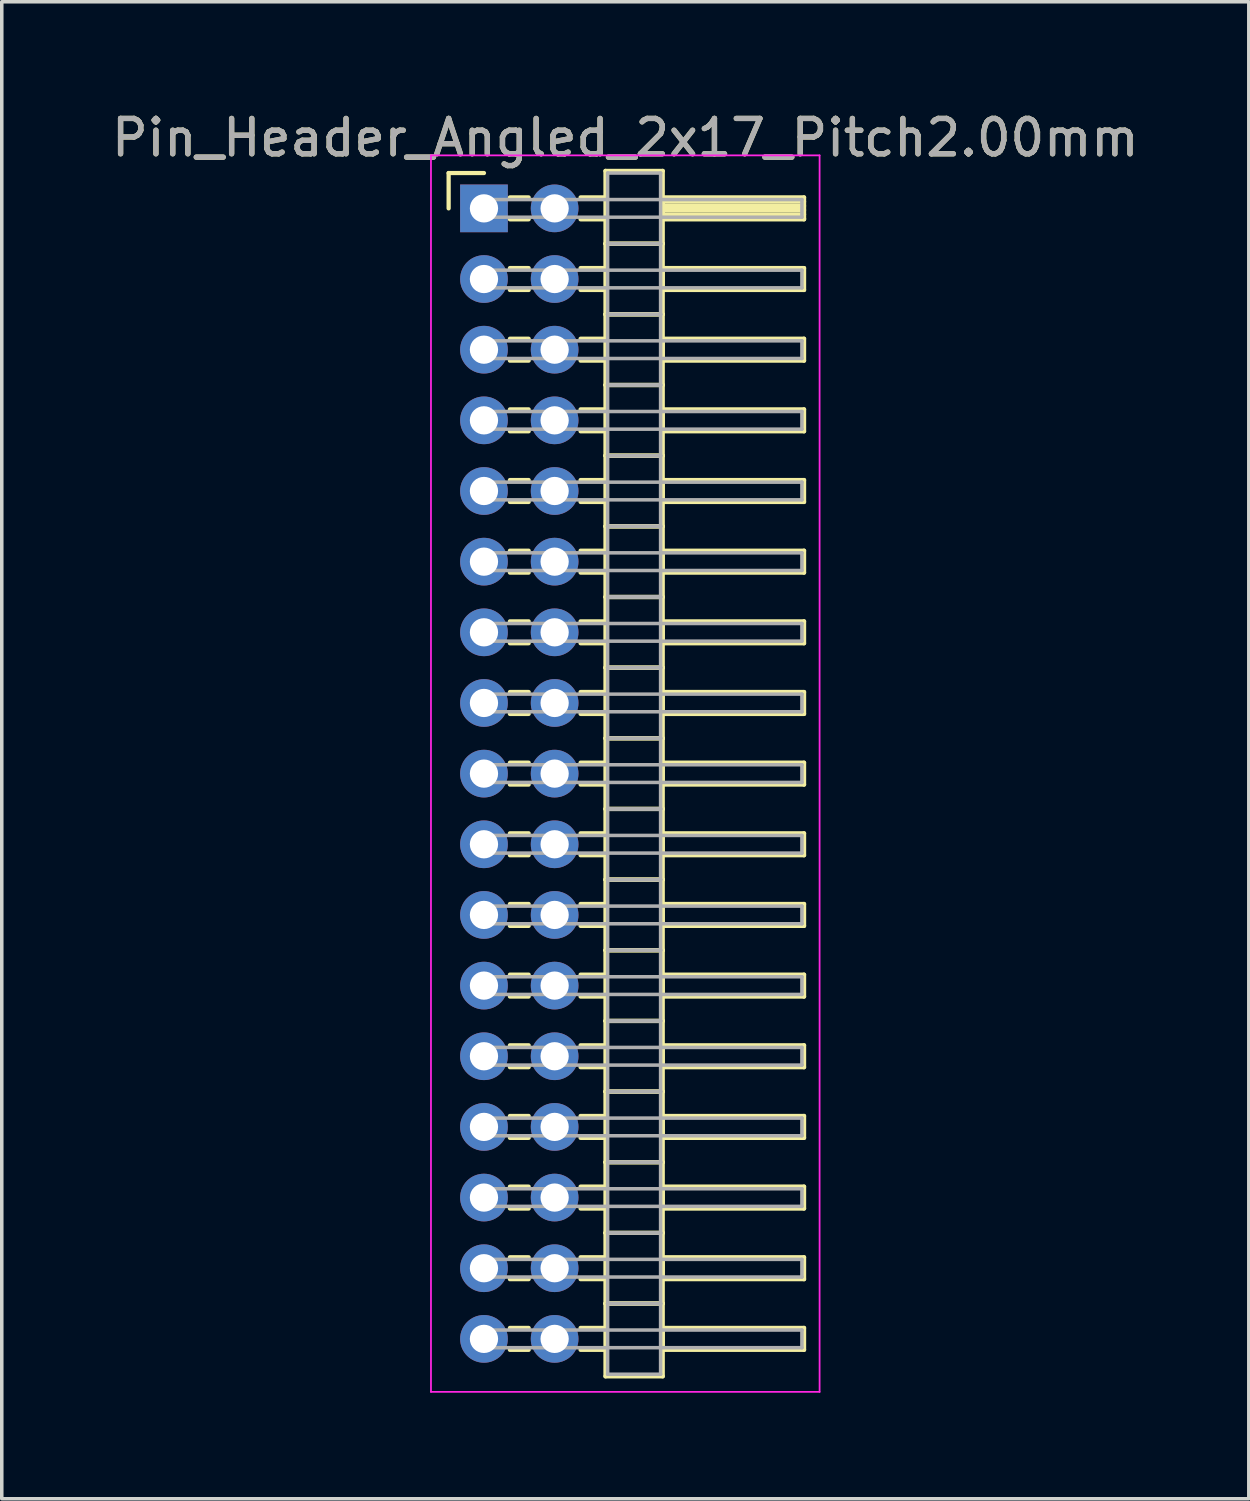
<source format=kicad_pcb>
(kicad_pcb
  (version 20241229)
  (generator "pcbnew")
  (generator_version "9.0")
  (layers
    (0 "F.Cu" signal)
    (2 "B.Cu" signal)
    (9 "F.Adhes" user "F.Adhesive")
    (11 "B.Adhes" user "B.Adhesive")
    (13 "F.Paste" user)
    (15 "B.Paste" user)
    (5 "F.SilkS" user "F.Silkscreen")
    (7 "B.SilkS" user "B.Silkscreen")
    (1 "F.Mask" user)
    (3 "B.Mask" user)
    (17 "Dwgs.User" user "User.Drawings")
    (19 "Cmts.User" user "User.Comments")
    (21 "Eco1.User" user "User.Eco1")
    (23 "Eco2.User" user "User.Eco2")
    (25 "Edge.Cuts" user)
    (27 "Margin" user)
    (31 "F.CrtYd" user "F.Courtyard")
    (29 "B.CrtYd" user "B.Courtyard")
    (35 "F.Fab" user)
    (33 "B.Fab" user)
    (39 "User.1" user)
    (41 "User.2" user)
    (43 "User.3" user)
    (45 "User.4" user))
  (footprint "Pin_Header_Angled_2x17_Pitch2.00mm"
    (layer "F.Cu")
    (at 10.649 2.848)
    (property "Reference" "Pin_Header_Angled_2x17_Pitch2.00mm" (at 4 -2 0) (layer "F.SilkS") (effects (font (size 1 1) (thickness 0.15))))
    (attr through_hole)
    (fp_line (start -1 -1) (end 0 -1) (stroke (width 0.12) (type solid)) (layer "F.SilkS"))
    (fp_line (start -1 0) (end -1 -1) (stroke (width 0.12) (type solid)) (layer "F.SilkS"))
    (fp_line (start 0.735 -0.31) (end 1.265 -0.31) (stroke (width 0.12) (type solid)) (layer "F.SilkS"))
    (fp_line (start 0.735 0.31) (end 1.265 0.31) (stroke (width 0.12) (type solid)) (layer "F.SilkS"))
    (fp_line (start 0.735 1.69) (end 1.265 1.69) (stroke (width 0.12) (type solid)) (layer "F.SilkS"))
    (fp_line (start 0.735 2.31) (end 1.265 2.31) (stroke (width 0.12) (type solid)) (layer "F.SilkS"))
    (fp_line (start 0.735 3.69) (end 1.265 3.69) (stroke (width 0.12) (type solid)) (layer "F.SilkS"))
    (fp_line (start 0.735 4.31) (end 1.265 4.31) (stroke (width 0.12) (type solid)) (layer "F.SilkS"))
    (fp_line (start 0.735 5.69) (end 1.265 5.69) (stroke (width 0.12) (type solid)) (layer "F.SilkS"))
    (fp_line (start 0.735 6.31) (end 1.265 6.31) (stroke (width 0.12) (type solid)) (layer "F.SilkS"))
    (fp_line (start 0.735 7.69) (end 1.265 7.69) (stroke (width 0.12) (type solid)) (layer "F.SilkS"))
    (fp_line (start 0.735 8.31) (end 1.265 8.31) (stroke (width 0.12) (type solid)) (layer "F.SilkS"))
    (fp_line (start 0.735 9.69) (end 1.265 9.69) (stroke (width 0.12) (type solid)) (layer "F.SilkS"))
    (fp_line (start 0.735 10.31) (end 1.265 10.31) (stroke (width 0.12) (type solid)) (layer "F.SilkS"))
    (fp_line (start 0.735 11.69) (end 1.265 11.69) (stroke (width 0.12) (type solid)) (layer "F.SilkS"))
    (fp_line (start 0.735 12.31) (end 1.265 12.31) (stroke (width 0.12) (type solid)) (layer "F.SilkS"))
    (fp_line (start 0.735 13.69) (end 1.265 13.69) (stroke (width 0.12) (type solid)) (layer "F.SilkS"))
    (fp_line (start 0.735 14.31) (end 1.265 14.31) (stroke (width 0.12) (type solid)) (layer "F.SilkS"))
    (fp_line (start 0.735 15.69) (end 1.265 15.69) (stroke (width 0.12) (type solid)) (layer "F.SilkS"))
    (fp_line (start 0.735 16.31) (end 1.265 16.31) (stroke (width 0.12) (type solid)) (layer "F.SilkS"))
    (fp_line (start 0.735 17.69) (end 1.265 17.69) (stroke (width 0.12) (type solid)) (layer "F.SilkS"))
    (fp_line (start 0.735 18.31) (end 1.265 18.31) (stroke (width 0.12) (type solid)) (layer "F.SilkS"))
    (fp_line (start 0.735 19.69) (end 1.265 19.69) (stroke (width 0.12) (type solid)) (layer "F.SilkS"))
    (fp_line (start 0.735 20.31) (end 1.265 20.31) (stroke (width 0.12) (type solid)) (layer "F.SilkS"))
    (fp_line (start 0.735 21.69) (end 1.265 21.69) (stroke (width 0.12) (type solid)) (layer "F.SilkS"))
    (fp_line (start 0.735 22.31) (end 1.265 22.31) (stroke (width 0.12) (type solid)) (layer "F.SilkS"))
    (fp_line (start 0.735 23.69) (end 1.265 23.69) (stroke (width 0.12) (type solid)) (layer "F.SilkS"))
    (fp_line (start 0.735 24.31) (end 1.265 24.31) (stroke (width 0.12) (type solid)) (layer "F.SilkS"))
    (fp_line (start 0.735 25.69) (end 1.265 25.69) (stroke (width 0.12) (type solid)) (layer "F.SilkS"))
    (fp_line (start 0.735 26.31) (end 1.265 26.31) (stroke (width 0.12) (type solid)) (layer "F.SilkS"))
    (fp_line (start 0.735 27.69) (end 1.265 27.69) (stroke (width 0.12) (type solid)) (layer "F.SilkS"))
    (fp_line (start 0.735 28.31) (end 1.265 28.31) (stroke (width 0.12) (type solid)) (layer "F.SilkS"))
    (fp_line (start 0.735 29.69) (end 1.265 29.69) (stroke (width 0.12) (type solid)) (layer "F.SilkS"))
    (fp_line (start 0.735 30.31) (end 1.265 30.31) (stroke (width 0.12) (type solid)) (layer "F.SilkS"))
    (fp_line (start 0.735 31.69) (end 1.265 31.69) (stroke (width 0.12) (type solid)) (layer "F.SilkS"))
    (fp_line (start 0.735 32.31) (end 1.265 32.31) (stroke (width 0.12) (type solid)) (layer "F.SilkS"))
    (fp_line (start 2.735 -0.31) (end 3.44 -0.31) (stroke (width 0.12) (type solid)) (layer "F.SilkS"))
    (fp_line (start 2.735 0.31) (end 3.44 0.31) (stroke (width 0.12) (type solid)) (layer "F.SilkS"))
    (fp_line (start 2.735 1.69) (end 3.44 1.69) (stroke (width 0.12) (type solid)) (layer "F.SilkS"))
    (fp_line (start 2.735 2.31) (end 3.44 2.31) (stroke (width 0.12) (type solid)) (layer "F.SilkS"))
    (fp_line (start 2.735 3.69) (end 3.44 3.69) (stroke (width 0.12) (type solid)) (layer "F.SilkS"))
    (fp_line (start 2.735 4.31) (end 3.44 4.31) (stroke (width 0.12) (type solid)) (layer "F.SilkS"))
    (fp_line (start 2.735 5.69) (end 3.44 5.69) (stroke (width 0.12) (type solid)) (layer "F.SilkS"))
    (fp_line (start 2.735 6.31) (end 3.44 6.31) (stroke (width 0.12) (type solid)) (layer "F.SilkS"))
    (fp_line (start 2.735 7.69) (end 3.44 7.69) (stroke (width 0.12) (type solid)) (layer "F.SilkS"))
    (fp_line (start 2.735 8.31) (end 3.44 8.31) (stroke (width 0.12) (type solid)) (layer "F.SilkS"))
    (fp_line (start 2.735 9.69) (end 3.44 9.69) (stroke (width 0.12) (type solid)) (layer "F.SilkS"))
    (fp_line (start 2.735 10.31) (end 3.44 10.31) (stroke (width 0.12) (type solid)) (layer "F.SilkS"))
    (fp_line (start 2.735 11.69) (end 3.44 11.69) (stroke (width 0.12) (type solid)) (layer "F.SilkS"))
    (fp_line (start 2.735 12.31) (end 3.44 12.31) (stroke (width 0.12) (type solid)) (layer "F.SilkS"))
    (fp_line (start 2.735 13.69) (end 3.44 13.69) (stroke (width 0.12) (type solid)) (layer "F.SilkS"))
    (fp_line (start 2.735 14.31) (end 3.44 14.31) (stroke (width 0.12) (type solid)) (layer "F.SilkS"))
    (fp_line (start 2.735 15.69) (end 3.44 15.69) (stroke (width 0.12) (type solid)) (layer "F.SilkS"))
    (fp_line (start 2.735 16.31) (end 3.44 16.31) (stroke (width 0.12) (type solid)) (layer "F.SilkS"))
    (fp_line (start 2.735 17.69) (end 3.44 17.69) (stroke (width 0.12) (type solid)) (layer "F.SilkS"))
    (fp_line (start 2.735 18.31) (end 3.44 18.31) (stroke (width 0.12) (type solid)) (layer "F.SilkS"))
    (fp_line (start 2.735 19.69) (end 3.44 19.69) (stroke (width 0.12) (type solid)) (layer "F.SilkS"))
    (fp_line (start 2.735 20.31) (end 3.44 20.31) (stroke (width 0.12) (type solid)) (layer "F.SilkS"))
    (fp_line (start 2.735 21.69) (end 3.44 21.69) (stroke (width 0.12) (type solid)) (layer "F.SilkS"))
    (fp_line (start 2.735 22.31) (end 3.44 22.31) (stroke (width 0.12) (type solid)) (layer "F.SilkS"))
    (fp_line (start 2.735 23.69) (end 3.44 23.69) (stroke (width 0.12) (type solid)) (layer "F.SilkS"))
    (fp_line (start 2.735 24.31) (end 3.44 24.31) (stroke (width 0.12) (type solid)) (layer "F.SilkS"))
    (fp_line (start 2.735 25.69) (end 3.44 25.69) (stroke (width 0.12) (type solid)) (layer "F.SilkS"))
    (fp_line (start 2.735 26.31) (end 3.44 26.31) (stroke (width 0.12) (type solid)) (layer "F.SilkS"))
    (fp_line (start 2.735 27.69) (end 3.44 27.69) (stroke (width 0.12) (type solid)) (layer "F.SilkS"))
    (fp_line (start 2.735 28.31) (end 3.44 28.31) (stroke (width 0.12) (type solid)) (layer "F.SilkS"))
    (fp_line (start 2.735 29.69) (end 3.44 29.69) (stroke (width 0.12) (type solid)) (layer "F.SilkS"))
    (fp_line (start 2.735 30.31) (end 3.44 30.31) (stroke (width 0.12) (type solid)) (layer "F.SilkS"))
    (fp_line (start 2.735 31.69) (end 3.44 31.69) (stroke (width 0.12) (type solid)) (layer "F.SilkS"))
    (fp_line (start 2.735 32.31) (end 3.44 32.31) (stroke (width 0.12) (type solid)) (layer "F.SilkS"))
    (fp_line (start 3.44 -1.06) (end 3.44 1) (stroke (width 0.12) (type solid)) (layer "F.SilkS"))
    (fp_line (start 3.44 1) (end 3.44 3) (stroke (width 0.12) (type solid)) (layer "F.SilkS"))
    (fp_line (start 3.44 1) (end 5.06 1) (stroke (width 0.12) (type solid)) (layer "F.SilkS"))
    (fp_line (start 3.44 3) (end 3.44 5) (stroke (width 0.12) (type solid)) (layer "F.SilkS"))
    (fp_line (start 3.44 3) (end 5.06 3) (stroke (width 0.12) (type solid)) (layer "F.SilkS"))
    (fp_line (start 3.44 5) (end 3.44 7) (stroke (width 0.12) (type solid)) (layer "F.SilkS"))
    (fp_line (start 3.44 5) (end 5.06 5) (stroke (width 0.12) (type solid)) (layer "F.SilkS"))
    (fp_line (start 3.44 7) (end 3.44 9) (stroke (width 0.12) (type solid)) (layer "F.SilkS"))
    (fp_line (start 3.44 7) (end 5.06 7) (stroke (width 0.12) (type solid)) (layer "F.SilkS"))
    (fp_line (start 3.44 9) (end 3.44 11) (stroke (width 0.12) (type solid)) (layer "F.SilkS"))
    (fp_line (start 3.44 9) (end 5.06 9) (stroke (width 0.12) (type solid)) (layer "F.SilkS"))
    (fp_line (start 3.44 11) (end 3.44 13) (stroke (width 0.12) (type solid)) (layer "F.SilkS"))
    (fp_line (start 3.44 11) (end 5.06 11) (stroke (width 0.12) (type solid)) (layer "F.SilkS"))
    (fp_line (start 3.44 13) (end 3.44 15) (stroke (width 0.12) (type solid)) (layer "F.SilkS"))
    (fp_line (start 3.44 13) (end 5.06 13) (stroke (width 0.12) (type solid)) (layer "F.SilkS"))
    (fp_line (start 3.44 15) (end 3.44 17) (stroke (width 0.12) (type solid)) (layer "F.SilkS"))
    (fp_line (start 3.44 15) (end 5.06 15) (stroke (width 0.12) (type solid)) (layer "F.SilkS"))
    (fp_line (start 3.44 17) (end 3.44 19) (stroke (width 0.12) (type solid)) (layer "F.SilkS"))
    (fp_line (start 3.44 17) (end 5.06 17) (stroke (width 0.12) (type solid)) (layer "F.SilkS"))
    (fp_line (start 3.44 19) (end 3.44 21) (stroke (width 0.12) (type solid)) (layer "F.SilkS"))
    (fp_line (start 3.44 19) (end 5.06 19) (stroke (width 0.12) (type solid)) (layer "F.SilkS"))
    (fp_line (start 3.44 21) (end 3.44 23) (stroke (width 0.12) (type solid)) (layer "F.SilkS"))
    (fp_line (start 3.44 21) (end 5.06 21) (stroke (width 0.12) (type solid)) (layer "F.SilkS"))
    (fp_line (start 3.44 23) (end 3.44 25) (stroke (width 0.12) (type solid)) (layer "F.SilkS"))
    (fp_line (start 3.44 23) (end 5.06 23) (stroke (width 0.12) (type solid)) (layer "F.SilkS"))
    (fp_line (start 3.44 25) (end 3.44 27) (stroke (width 0.12) (type solid)) (layer "F.SilkS"))
    (fp_line (start 3.44 25) (end 5.06 25) (stroke (width 0.12) (type solid)) (layer "F.SilkS"))
    (fp_line (start 3.44 27) (end 3.44 29) (stroke (width 0.12) (type solid)) (layer "F.SilkS"))
    (fp_line (start 3.44 27) (end 5.06 27) (stroke (width 0.12) (type solid)) (layer "F.SilkS"))
    (fp_line (start 3.44 29) (end 3.44 31) (stroke (width 0.12) (type solid)) (layer "F.SilkS"))
    (fp_line (start 3.44 29) (end 5.06 29) (stroke (width 0.12) (type solid)) (layer "F.SilkS"))
    (fp_line (start 3.44 31) (end 3.44 33.06) (stroke (width 0.12) (type solid)) (layer "F.SilkS"))
    (fp_line (start 3.44 31) (end 5.06 31) (stroke (width 0.12) (type solid)) (layer "F.SilkS"))
    (fp_line (start 3.44 33.06) (end 5.06 33.06) (stroke (width 0.12) (type solid)) (layer "F.SilkS"))
    (fp_line (start 5.06 -1.06) (end 3.44 -1.06) (stroke (width 0.12) (type solid)) (layer "F.SilkS"))
    (fp_line (start 5.06 -0.31) (end 5.06 0.31) (stroke (width 0.12) (type solid)) (layer "F.SilkS"))
    (fp_line (start 5.06 -0.19) (end 9.06 -0.19) (stroke (width 0.12) (type solid)) (layer "F.SilkS"))
    (fp_line (start 5.06 -0.07) (end 9.06 -0.07) (stroke (width 0.12) (type solid)) (layer "F.SilkS"))
    (fp_line (start 5.06 0.05) (end 9.06 0.05) (stroke (width 0.12) (type solid)) (layer "F.SilkS"))
    (fp_line (start 5.06 0.17) (end 9.06 0.17) (stroke (width 0.12) (type solid)) (layer "F.SilkS"))
    (fp_line (start 5.06 0.29) (end 9.06 0.29) (stroke (width 0.12) (type solid)) (layer "F.SilkS"))
    (fp_line (start 5.06 0.31) (end 9.06 0.31) (stroke (width 0.12) (type solid)) (layer "F.SilkS"))
    (fp_line (start 5.06 1) (end 3.44 1) (stroke (width 0.12) (type solid)) (layer "F.SilkS"))
    (fp_line (start 5.06 1) (end 5.06 -1.06) (stroke (width 0.12) (type solid)) (layer "F.SilkS"))
    (fp_line (start 5.06 1.69) (end 5.06 2.31) (stroke (width 0.12) (type solid)) (layer "F.SilkS"))
    (fp_line (start 5.06 2.31) (end 9.06 2.31) (stroke (width 0.12) (type solid)) (layer "F.SilkS"))
    (fp_line (start 5.06 3) (end 3.44 3) (stroke (width 0.12) (type solid)) (layer "F.SilkS"))
    (fp_line (start 5.06 3) (end 5.06 1) (stroke (width 0.12) (type solid)) (layer "F.SilkS"))
    (fp_line (start 5.06 3.69) (end 5.06 4.31) (stroke (width 0.12) (type solid)) (layer "F.SilkS"))
    (fp_line (start 5.06 4.31) (end 9.06 4.31) (stroke (width 0.12) (type solid)) (layer "F.SilkS"))
    (fp_line (start 5.06 5) (end 3.44 5) (stroke (width 0.12) (type solid)) (layer "F.SilkS"))
    (fp_line (start 5.06 5) (end 5.06 3) (stroke (width 0.12) (type solid)) (layer "F.SilkS"))
    (fp_line (start 5.06 5.69) (end 5.06 6.31) (stroke (width 0.12) (type solid)) (layer "F.SilkS"))
    (fp_line (start 5.06 6.31) (end 9.06 6.31) (stroke (width 0.12) (type solid)) (layer "F.SilkS"))
    (fp_line (start 5.06 7) (end 3.44 7) (stroke (width 0.12) (type solid)) (layer "F.SilkS"))
    (fp_line (start 5.06 7) (end 5.06 5) (stroke (width 0.12) (type solid)) (layer "F.SilkS"))
    (fp_line (start 5.06 7.69) (end 5.06 8.31) (stroke (width 0.12) (type solid)) (layer "F.SilkS"))
    (fp_line (start 5.06 8.31) (end 9.06 8.31) (stroke (width 0.12) (type solid)) (layer "F.SilkS"))
    (fp_line (start 5.06 9) (end 3.44 9) (stroke (width 0.12) (type solid)) (layer "F.SilkS"))
    (fp_line (start 5.06 9) (end 5.06 7) (stroke (width 0.12) (type solid)) (layer "F.SilkS"))
    (fp_line (start 5.06 9.69) (end 5.06 10.31) (stroke (width 0.12) (type solid)) (layer "F.SilkS"))
    (fp_line (start 5.06 10.31) (end 9.06 10.31) (stroke (width 0.12) (type solid)) (layer "F.SilkS"))
    (fp_line (start 5.06 11) (end 3.44 11) (stroke (width 0.12) (type solid)) (layer "F.SilkS"))
    (fp_line (start 5.06 11) (end 5.06 9) (stroke (width 0.12) (type solid)) (layer "F.SilkS"))
    (fp_line (start 5.06 11.69) (end 5.06 12.31) (stroke (width 0.12) (type solid)) (layer "F.SilkS"))
    (fp_line (start 5.06 12.31) (end 9.06 12.31) (stroke (width 0.12) (type solid)) (layer "F.SilkS"))
    (fp_line (start 5.06 13) (end 3.44 13) (stroke (width 0.12) (type solid)) (layer "F.SilkS"))
    (fp_line (start 5.06 13) (end 5.06 11) (stroke (width 0.12) (type solid)) (layer "F.SilkS"))
    (fp_line (start 5.06 13.69) (end 5.06 14.31) (stroke (width 0.12) (type solid)) (layer "F.SilkS"))
    (fp_line (start 5.06 14.31) (end 9.06 14.31) (stroke (width 0.12) (type solid)) (layer "F.SilkS"))
    (fp_line (start 5.06 15) (end 3.44 15) (stroke (width 0.12) (type solid)) (layer "F.SilkS"))
    (fp_line (start 5.06 15) (end 5.06 13) (stroke (width 0.12) (type solid)) (layer "F.SilkS"))
    (fp_line (start 5.06 15.69) (end 5.06 16.31) (stroke (width 0.12) (type solid)) (layer "F.SilkS"))
    (fp_line (start 5.06 16.31) (end 9.06 16.31) (stroke (width 0.12) (type solid)) (layer "F.SilkS"))
    (fp_line (start 5.06 17) (end 3.44 17) (stroke (width 0.12) (type solid)) (layer "F.SilkS"))
    (fp_line (start 5.06 17) (end 5.06 15) (stroke (width 0.12) (type solid)) (layer "F.SilkS"))
    (fp_line (start 5.06 17.69) (end 5.06 18.31) (stroke (width 0.12) (type solid)) (layer "F.SilkS"))
    (fp_line (start 5.06 18.31) (end 9.06 18.31) (stroke (width 0.12) (type solid)) (layer "F.SilkS"))
    (fp_line (start 5.06 19) (end 3.44 19) (stroke (width 0.12) (type solid)) (layer "F.SilkS"))
    (fp_line (start 5.06 19) (end 5.06 17) (stroke (width 0.12) (type solid)) (layer "F.SilkS"))
    (fp_line (start 5.06 19.69) (end 5.06 20.31) (stroke (width 0.12) (type solid)) (layer "F.SilkS"))
    (fp_line (start 5.06 20.31) (end 9.06 20.31) (stroke (width 0.12) (type solid)) (layer "F.SilkS"))
    (fp_line (start 5.06 21) (end 3.44 21) (stroke (width 0.12) (type solid)) (layer "F.SilkS"))
    (fp_line (start 5.06 21) (end 5.06 19) (stroke (width 0.12) (type solid)) (layer "F.SilkS"))
    (fp_line (start 5.06 21.69) (end 5.06 22.31) (stroke (width 0.12) (type solid)) (layer "F.SilkS"))
    (fp_line (start 5.06 22.31) (end 9.06 22.31) (stroke (width 0.12) (type solid)) (layer "F.SilkS"))
    (fp_line (start 5.06 23) (end 3.44 23) (stroke (width 0.12) (type solid)) (layer "F.SilkS"))
    (fp_line (start 5.06 23) (end 5.06 21) (stroke (width 0.12) (type solid)) (layer "F.SilkS"))
    (fp_line (start 5.06 23.69) (end 5.06 24.31) (stroke (width 0.12) (type solid)) (layer "F.SilkS"))
    (fp_line (start 5.06 24.31) (end 9.06 24.31) (stroke (width 0.12) (type solid)) (layer "F.SilkS"))
    (fp_line (start 5.06 25) (end 3.44 25) (stroke (width 0.12) (type solid)) (layer "F.SilkS"))
    (fp_line (start 5.06 25) (end 5.06 23) (stroke (width 0.12) (type solid)) (layer "F.SilkS"))
    (fp_line (start 5.06 25.69) (end 5.06 26.31) (stroke (width 0.12) (type solid)) (layer "F.SilkS"))
    (fp_line (start 5.06 26.31) (end 9.06 26.31) (stroke (width 0.12) (type solid)) (layer "F.SilkS"))
    (fp_line (start 5.06 27) (end 3.44 27) (stroke (width 0.12) (type solid)) (layer "F.SilkS"))
    (fp_line (start 5.06 27) (end 5.06 25) (stroke (width 0.12) (type solid)) (layer "F.SilkS"))
    (fp_line (start 5.06 27.69) (end 5.06 28.31) (stroke (width 0.12) (type solid)) (layer "F.SilkS"))
    (fp_line (start 5.06 28.31) (end 9.06 28.31) (stroke (width 0.12) (type solid)) (layer "F.SilkS"))
    (fp_line (start 5.06 29) (end 3.44 29) (stroke (width 0.12) (type solid)) (layer "F.SilkS"))
    (fp_line (start 5.06 29) (end 5.06 27) (stroke (width 0.12) (type solid)) (layer "F.SilkS"))
    (fp_line (start 5.06 29.69) (end 5.06 30.31) (stroke (width 0.12) (type solid)) (layer "F.SilkS"))
    (fp_line (start 5.06 30.31) (end 9.06 30.31) (stroke (width 0.12) (type solid)) (layer "F.SilkS"))
    (fp_line (start 5.06 31) (end 3.44 31) (stroke (width 0.12) (type solid)) (layer "F.SilkS"))
    (fp_line (start 5.06 31) (end 5.06 29) (stroke (width 0.12) (type solid)) (layer "F.SilkS"))
    (fp_line (start 5.06 31.69) (end 5.06 32.31) (stroke (width 0.12) (type solid)) (layer "F.SilkS"))
    (fp_line (start 5.06 32.31) (end 9.06 32.31) (stroke (width 0.12) (type solid)) (layer "F.SilkS"))
    (fp_line (start 5.06 33.06) (end 5.06 31) (stroke (width 0.12) (type solid)) (layer "F.SilkS"))
    (fp_line (start 9.06 -0.31) (end 5.06 -0.31) (stroke (width 0.12) (type solid)) (layer "F.SilkS"))
    (fp_line (start 9.06 0.31) (end 9.06 -0.31) (stroke (width 0.12) (type solid)) (layer "F.SilkS"))
    (fp_line (start 9.06 1.69) (end 5.06 1.69) (stroke (width 0.12) (type solid)) (layer "F.SilkS"))
    (fp_line (start 9.06 2.31) (end 9.06 1.69) (stroke (width 0.12) (type solid)) (layer "F.SilkS"))
    (fp_line (start 9.06 3.69) (end 5.06 3.69) (stroke (width 0.12) (type solid)) (layer "F.SilkS"))
    (fp_line (start 9.06 4.31) (end 9.06 3.69) (stroke (width 0.12) (type solid)) (layer "F.SilkS"))
    (fp_line (start 9.06 5.69) (end 5.06 5.69) (stroke (width 0.12) (type solid)) (layer "F.SilkS"))
    (fp_line (start 9.06 6.31) (end 9.06 5.69) (stroke (width 0.12) (type solid)) (layer "F.SilkS"))
    (fp_line (start 9.06 7.69) (end 5.06 7.69) (stroke (width 0.12) (type solid)) (layer "F.SilkS"))
    (fp_line (start 9.06 8.31) (end 9.06 7.69) (stroke (width 0.12) (type solid)) (layer "F.SilkS"))
    (fp_line (start 9.06 9.69) (end 5.06 9.69) (stroke (width 0.12) (type solid)) (layer "F.SilkS"))
    (fp_line (start 9.06 10.31) (end 9.06 9.69) (stroke (width 0.12) (type solid)) (layer "F.SilkS"))
    (fp_line (start 9.06 11.69) (end 5.06 11.69) (stroke (width 0.12) (type solid)) (layer "F.SilkS"))
    (fp_line (start 9.06 12.31) (end 9.06 11.69) (stroke (width 0.12) (type solid)) (layer "F.SilkS"))
    (fp_line (start 9.06 13.69) (end 5.06 13.69) (stroke (width 0.12) (type solid)) (layer "F.SilkS"))
    (fp_line (start 9.06 14.31) (end 9.06 13.69) (stroke (width 0.12) (type solid)) (layer "F.SilkS"))
    (fp_line (start 9.06 15.69) (end 5.06 15.69) (stroke (width 0.12) (type solid)) (layer "F.SilkS"))
    (fp_line (start 9.06 16.31) (end 9.06 15.69) (stroke (width 0.12) (type solid)) (layer "F.SilkS"))
    (fp_line (start 9.06 17.69) (end 5.06 17.69) (stroke (width 0.12) (type solid)) (layer "F.SilkS"))
    (fp_line (start 9.06 18.31) (end 9.06 17.69) (stroke (width 0.12) (type solid)) (layer "F.SilkS"))
    (fp_line (start 9.06 19.69) (end 5.06 19.69) (stroke (width 0.12) (type solid)) (layer "F.SilkS"))
    (fp_line (start 9.06 20.31) (end 9.06 19.69) (stroke (width 0.12) (type solid)) (layer "F.SilkS"))
    (fp_line (start 9.06 21.69) (end 5.06 21.69) (stroke (width 0.12) (type solid)) (layer "F.SilkS"))
    (fp_line (start 9.06 22.31) (end 9.06 21.69) (stroke (width 0.12) (type solid)) (layer "F.SilkS"))
    (fp_line (start 9.06 23.69) (end 5.06 23.69) (stroke (width 0.12) (type solid)) (layer "F.SilkS"))
    (fp_line (start 9.06 24.31) (end 9.06 23.69) (stroke (width 0.12) (type solid)) (layer "F.SilkS"))
    (fp_line (start 9.06 25.69) (end 5.06 25.69) (stroke (width 0.12) (type solid)) (layer "F.SilkS"))
    (fp_line (start 9.06 26.31) (end 9.06 25.69) (stroke (width 0.12) (type solid)) (layer "F.SilkS"))
    (fp_line (start 9.06 27.69) (end 5.06 27.69) (stroke (width 0.12) (type solid)) (layer "F.SilkS"))
    (fp_line (start 9.06 28.31) (end 9.06 27.69) (stroke (width 0.12) (type solid)) (layer "F.SilkS"))
    (fp_line (start 9.06 29.69) (end 5.06 29.69) (stroke (width 0.12) (type solid)) (layer "F.SilkS"))
    (fp_line (start 9.06 30.31) (end 9.06 29.69) (stroke (width 0.12) (type solid)) (layer "F.SilkS"))
    (fp_line (start 9.06 31.69) (end 5.06 31.69) (stroke (width 0.12) (type solid)) (layer "F.SilkS"))
    (fp_line (start 9.06 32.31) (end 9.06 31.69) (stroke (width 0.12) (type solid)) (layer "F.SilkS"))
    (fp_line (start -1.5 -1.5) (end -1.5 33.5) (stroke (width 0.05) (type solid)) (layer "F.CrtYd"))
    (fp_line (start -1.5 33.5) (end 9.5 33.5) (stroke (width 0.05) (type solid)) (layer "F.CrtYd"))
    (fp_line (start 9.5 -1.5) (end -1.5 -1.5) (stroke (width 0.05) (type solid)) (layer "F.CrtYd"))
    (fp_line (start 9.5 33.5) (end 9.5 -1.5) (stroke (width 0.05) (type solid)) (layer "F.CrtYd"))
    (fp_line (start 0 -0.25) (end 0 0.25) (stroke (width 0.1) (type solid)) (layer "F.Fab"))
    (fp_line (start 0 0.25) (end 9 0.25) (stroke (width 0.1) (type solid)) (layer "F.Fab"))
    (fp_line (start 0 1.75) (end 0 2.25) (stroke (width 0.1) (type solid)) (layer "F.Fab"))
    (fp_line (start 0 2.25) (end 9 2.25) (stroke (width 0.1) (type solid)) (layer "F.Fab"))
    (fp_line (start 0 3.75) (end 0 4.25) (stroke (width 0.1) (type solid)) (layer "F.Fab"))
    (fp_line (start 0 4.25) (end 9 4.25) (stroke (width 0.1) (type solid)) (layer "F.Fab"))
    (fp_line (start 0 5.75) (end 0 6.25) (stroke (width 0.1) (type solid)) (layer "F.Fab"))
    (fp_line (start 0 6.25) (end 9 6.25) (stroke (width 0.1) (type solid)) (layer "F.Fab"))
    (fp_line (start 0 7.75) (end 0 8.25) (stroke (width 0.1) (type solid)) (layer "F.Fab"))
    (fp_line (start 0 8.25) (end 9 8.25) (stroke (width 0.1) (type solid)) (layer "F.Fab"))
    (fp_line (start 0 9.75) (end 0 10.25) (stroke (width 0.1) (type solid)) (layer "F.Fab"))
    (fp_line (start 0 10.25) (end 9 10.25) (stroke (width 0.1) (type solid)) (layer "F.Fab"))
    (fp_line (start 0 11.75) (end 0 12.25) (stroke (width 0.1) (type solid)) (layer "F.Fab"))
    (fp_line (start 0 12.25) (end 9 12.25) (stroke (width 0.1) (type solid)) (layer "F.Fab"))
    (fp_line (start 0 13.75) (end 0 14.25) (stroke (width 0.1) (type solid)) (layer "F.Fab"))
    (fp_line (start 0 14.25) (end 9 14.25) (stroke (width 0.1) (type solid)) (layer "F.Fab"))
    (fp_line (start 0 15.75) (end 0 16.25) (stroke (width 0.1) (type solid)) (layer "F.Fab"))
    (fp_line (start 0 16.25) (end 9 16.25) (stroke (width 0.1) (type solid)) (layer "F.Fab"))
    (fp_line (start 0 17.75) (end 0 18.25) (stroke (width 0.1) (type solid)) (layer "F.Fab"))
    (fp_line (start 0 18.25) (end 9 18.25) (stroke (width 0.1) (type solid)) (layer "F.Fab"))
    (fp_line (start 0 19.75) (end 0 20.25) (stroke (width 0.1) (type solid)) (layer "F.Fab"))
    (fp_line (start 0 20.25) (end 9 20.25) (stroke (width 0.1) (type solid)) (layer "F.Fab"))
    (fp_line (start 0 21.75) (end 0 22.25) (stroke (width 0.1) (type solid)) (layer "F.Fab"))
    (fp_line (start 0 22.25) (end 9 22.25) (stroke (width 0.1) (type solid)) (layer "F.Fab"))
    (fp_line (start 0 23.75) (end 0 24.25) (stroke (width 0.1) (type solid)) (layer "F.Fab"))
    (fp_line (start 0 24.25) (end 9 24.25) (stroke (width 0.1) (type solid)) (layer "F.Fab"))
    (fp_line (start 0 25.75) (end 0 26.25) (stroke (width 0.1) (type solid)) (layer "F.Fab"))
    (fp_line (start 0 26.25) (end 9 26.25) (stroke (width 0.1) (type solid)) (layer "F.Fab"))
    (fp_line (start 0 27.75) (end 0 28.25) (stroke (width 0.1) (type solid)) (layer "F.Fab"))
    (fp_line (start 0 28.25) (end 9 28.25) (stroke (width 0.1) (type solid)) (layer "F.Fab"))
    (fp_line (start 0 29.75) (end 0 30.25) (stroke (width 0.1) (type solid)) (layer "F.Fab"))
    (fp_line (start 0 30.25) (end 9 30.25) (stroke (width 0.1) (type solid)) (layer "F.Fab"))
    (fp_line (start 0 31.75) (end 0 32.25) (stroke (width 0.1) (type solid)) (layer "F.Fab"))
    (fp_line (start 0 32.25) (end 9 32.25) (stroke (width 0.1) (type solid)) (layer "F.Fab"))
    (fp_line (start 3.5 -1) (end 3.5 1) (stroke (width 0.1) (type solid)) (layer "F.Fab"))
    (fp_line (start 3.5 1) (end 3.5 3) (stroke (width 0.1) (type solid)) (layer "F.Fab"))
    (fp_line (start 3.5 1) (end 5 1) (stroke (width 0.1) (type solid)) (layer "F.Fab"))
    (fp_line (start 3.5 3) (end 3.5 5) (stroke (width 0.1) (type solid)) (layer "F.Fab"))
    (fp_line (start 3.5 3) (end 5 3) (stroke (width 0.1) (type solid)) (layer "F.Fab"))
    (fp_line (start 3.5 5) (end 3.5 7) (stroke (width 0.1) (type solid)) (layer "F.Fab"))
    (fp_line (start 3.5 5) (end 5 5) (stroke (width 0.1) (type solid)) (layer "F.Fab"))
    (fp_line (start 3.5 7) (end 3.5 9) (stroke (width 0.1) (type solid)) (layer "F.Fab"))
    (fp_line (start 3.5 7) (end 5 7) (stroke (width 0.1) (type solid)) (layer "F.Fab"))
    (fp_line (start 3.5 9) (end 3.5 11) (stroke (width 0.1) (type solid)) (layer "F.Fab"))
    (fp_line (start 3.5 9) (end 5 9) (stroke (width 0.1) (type solid)) (layer "F.Fab"))
    (fp_line (start 3.5 11) (end 3.5 13) (stroke (width 0.1) (type solid)) (layer "F.Fab"))
    (fp_line (start 3.5 11) (end 5 11) (stroke (width 0.1) (type solid)) (layer "F.Fab"))
    (fp_line (start 3.5 13) (end 3.5 15) (stroke (width 0.1) (type solid)) (layer "F.Fab"))
    (fp_line (start 3.5 13) (end 5 13) (stroke (width 0.1) (type solid)) (layer "F.Fab"))
    (fp_line (start 3.5 15) (end 3.5 17) (stroke (width 0.1) (type solid)) (layer "F.Fab"))
    (fp_line (start 3.5 15) (end 5 15) (stroke (width 0.1) (type solid)) (layer "F.Fab"))
    (fp_line (start 3.5 17) (end 3.5 19) (stroke (width 0.1) (type solid)) (layer "F.Fab"))
    (fp_line (start 3.5 17) (end 5 17) (stroke (width 0.1) (type solid)) (layer "F.Fab"))
    (fp_line (start 3.5 19) (end 3.5 21) (stroke (width 0.1) (type solid)) (layer "F.Fab"))
    (fp_line (start 3.5 19) (end 5 19) (stroke (width 0.1) (type solid)) (layer "F.Fab"))
    (fp_line (start 3.5 21) (end 3.5 23) (stroke (width 0.1) (type solid)) (layer "F.Fab"))
    (fp_line (start 3.5 21) (end 5 21) (stroke (width 0.1) (type solid)) (layer "F.Fab"))
    (fp_line (start 3.5 23) (end 3.5 25) (stroke (width 0.1) (type solid)) (layer "F.Fab"))
    (fp_line (start 3.5 23) (end 5 23) (stroke (width 0.1) (type solid)) (layer "F.Fab"))
    (fp_line (start 3.5 25) (end 3.5 27) (stroke (width 0.1) (type solid)) (layer "F.Fab"))
    (fp_line (start 3.5 25) (end 5 25) (stroke (width 0.1) (type solid)) (layer "F.Fab"))
    (fp_line (start 3.5 27) (end 3.5 29) (stroke (width 0.1) (type solid)) (layer "F.Fab"))
    (fp_line (start 3.5 27) (end 5 27) (stroke (width 0.1) (type solid)) (layer "F.Fab"))
    (fp_line (start 3.5 29) (end 3.5 31) (stroke (width 0.1) (type solid)) (layer "F.Fab"))
    (fp_line (start 3.5 29) (end 5 29) (stroke (width 0.1) (type solid)) (layer "F.Fab"))
    (fp_line (start 3.5 31) (end 3.5 33) (stroke (width 0.1) (type solid)) (layer "F.Fab"))
    (fp_line (start 3.5 31) (end 5 31) (stroke (width 0.1) (type solid)) (layer "F.Fab"))
    (fp_line (start 3.5 33) (end 5 33) (stroke (width 0.1) (type solid)) (layer "F.Fab"))
    (fp_line (start 5 -1) (end 3.5 -1) (stroke (width 0.1) (type solid)) (layer "F.Fab"))
    (fp_line (start 5 1) (end 3.5 1) (stroke (width 0.1) (type solid)) (layer "F.Fab"))
    (fp_line (start 5 1) (end 5 -1) (stroke (width 0.1) (type solid)) (layer "F.Fab"))
    (fp_line (start 5 3) (end 3.5 3) (stroke (width 0.1) (type solid)) (layer "F.Fab"))
    (fp_line (start 5 3) (end 5 1) (stroke (width 0.1) (type solid)) (layer "F.Fab"))
    (fp_line (start 5 5) (end 3.5 5) (stroke (width 0.1) (type solid)) (layer "F.Fab"))
    (fp_line (start 5 5) (end 5 3) (stroke (width 0.1) (type solid)) (layer "F.Fab"))
    (fp_line (start 5 7) (end 3.5 7) (stroke (width 0.1) (type solid)) (layer "F.Fab"))
    (fp_line (start 5 7) (end 5 5) (stroke (width 0.1) (type solid)) (layer "F.Fab"))
    (fp_line (start 5 9) (end 3.5 9) (stroke (width 0.1) (type solid)) (layer "F.Fab"))
    (fp_line (start 5 9) (end 5 7) (stroke (width 0.1) (type solid)) (layer "F.Fab"))
    (fp_line (start 5 11) (end 3.5 11) (stroke (width 0.1) (type solid)) (layer "F.Fab"))
    (fp_line (start 5 11) (end 5 9) (stroke (width 0.1) (type solid)) (layer "F.Fab"))
    (fp_line (start 5 13) (end 3.5 13) (stroke (width 0.1) (type solid)) (layer "F.Fab"))
    (fp_line (start 5 13) (end 5 11) (stroke (width 0.1) (type solid)) (layer "F.Fab"))
    (fp_line (start 5 15) (end 3.5 15) (stroke (width 0.1) (type solid)) (layer "F.Fab"))
    (fp_line (start 5 15) (end 5 13) (stroke (width 0.1) (type solid)) (layer "F.Fab"))
    (fp_line (start 5 17) (end 3.5 17) (stroke (width 0.1) (type solid)) (layer "F.Fab"))
    (fp_line (start 5 17) (end 5 15) (stroke (width 0.1) (type solid)) (layer "F.Fab"))
    (fp_line (start 5 19) (end 3.5 19) (stroke (width 0.1) (type solid)) (layer "F.Fab"))
    (fp_line (start 5 19) (end 5 17) (stroke (width 0.1) (type solid)) (layer "F.Fab"))
    (fp_line (start 5 21) (end 3.5 21) (stroke (width 0.1) (type solid)) (layer "F.Fab"))
    (fp_line (start 5 21) (end 5 19) (stroke (width 0.1) (type solid)) (layer "F.Fab"))
    (fp_line (start 5 23) (end 3.5 23) (stroke (width 0.1) (type solid)) (layer "F.Fab"))
    (fp_line (start 5 23) (end 5 21) (stroke (width 0.1) (type solid)) (layer "F.Fab"))
    (fp_line (start 5 25) (end 3.5 25) (stroke (width 0.1) (type solid)) (layer "F.Fab"))
    (fp_line (start 5 25) (end 5 23) (stroke (width 0.1) (type solid)) (layer "F.Fab"))
    (fp_line (start 5 27) (end 3.5 27) (stroke (width 0.1) (type solid)) (layer "F.Fab"))
    (fp_line (start 5 27) (end 5 25) (stroke (width 0.1) (type solid)) (layer "F.Fab"))
    (fp_line (start 5 29) (end 3.5 29) (stroke (width 0.1) (type solid)) (layer "F.Fab"))
    (fp_line (start 5 29) (end 5 27) (stroke (width 0.1) (type solid)) (layer "F.Fab"))
    (fp_line (start 5 31) (end 3.5 31) (stroke (width 0.1) (type solid)) (layer "F.Fab"))
    (fp_line (start 5 31) (end 5 29) (stroke (width 0.1) (type solid)) (layer "F.Fab"))
    (fp_line (start 5 33) (end 5 31) (stroke (width 0.1) (type solid)) (layer "F.Fab"))
    (fp_line (start 9 -0.25) (end 0 -0.25) (stroke (width 0.1) (type solid)) (layer "F.Fab"))
    (fp_line (start 9 0.25) (end 9 -0.25) (stroke (width 0.1) (type solid)) (layer "F.Fab"))
    (fp_line (start 9 1.75) (end 0 1.75) (stroke (width 0.1) (type solid)) (layer "F.Fab"))
    (fp_line (start 9 2.25) (end 9 1.75) (stroke (width 0.1) (type solid)) (layer "F.Fab"))
    (fp_line (start 9 3.75) (end 0 3.75) (stroke (width 0.1) (type solid)) (layer "F.Fab"))
    (fp_line (start 9 4.25) (end 9 3.75) (stroke (width 0.1) (type solid)) (layer "F.Fab"))
    (fp_line (start 9 5.75) (end 0 5.75) (stroke (width 0.1) (type solid)) (layer "F.Fab"))
    (fp_line (start 9 6.25) (end 9 5.75) (stroke (width 0.1) (type solid)) (layer "F.Fab"))
    (fp_line (start 9 7.75) (end 0 7.75) (stroke (width 0.1) (type solid)) (layer "F.Fab"))
    (fp_line (start 9 8.25) (end 9 7.75) (stroke (width 0.1) (type solid)) (layer "F.Fab"))
    (fp_line (start 9 9.75) (end 0 9.75) (stroke (width 0.1) (type solid)) (layer "F.Fab"))
    (fp_line (start 9 10.25) (end 9 9.75) (stroke (width 0.1) (type solid)) (layer "F.Fab"))
    (fp_line (start 9 11.75) (end 0 11.75) (stroke (width 0.1) (type solid)) (layer "F.Fab"))
    (fp_line (start 9 12.25) (end 9 11.75) (stroke (width 0.1) (type solid)) (layer "F.Fab"))
    (fp_line (start 9 13.75) (end 0 13.75) (stroke (width 0.1) (type solid)) (layer "F.Fab"))
    (fp_line (start 9 14.25) (end 9 13.75) (stroke (width 0.1) (type solid)) (layer "F.Fab"))
    (fp_line (start 9 15.75) (end 0 15.75) (stroke (width 0.1) (type solid)) (layer "F.Fab"))
    (fp_line (start 9 16.25) (end 9 15.75) (stroke (width 0.1) (type solid)) (layer "F.Fab"))
    (fp_line (start 9 17.75) (end 0 17.75) (stroke (width 0.1) (type solid)) (layer "F.Fab"))
    (fp_line (start 9 18.25) (end 9 17.75) (stroke (width 0.1) (type solid)) (layer "F.Fab"))
    (fp_line (start 9 19.75) (end 0 19.75) (stroke (width 0.1) (type solid)) (layer "F.Fab"))
    (fp_line (start 9 20.25) (end 9 19.75) (stroke (width 0.1) (type solid)) (layer "F.Fab"))
    (fp_line (start 9 21.75) (end 0 21.75) (stroke (width 0.1) (type solid)) (layer "F.Fab"))
    (fp_line (start 9 22.25) (end 9 21.75) (stroke (width 0.1) (type solid)) (layer "F.Fab"))
    (fp_line (start 9 23.75) (end 0 23.75) (stroke (width 0.1) (type solid)) (layer "F.Fab"))
    (fp_line (start 9 24.25) (end 9 23.75) (stroke (width 0.1) (type solid)) (layer "F.Fab"))
    (fp_line (start 9 25.75) (end 0 25.75) (stroke (width 0.1) (type solid)) (layer "F.Fab"))
    (fp_line (start 9 26.25) (end 9 25.75) (stroke (width 0.1) (type solid)) (layer "F.Fab"))
    (fp_line (start 9 27.75) (end 0 27.75) (stroke (width 0.1) (type solid)) (layer "F.Fab"))
    (fp_line (start 9 28.25) (end 9 27.75) (stroke (width 0.1) (type solid)) (layer "F.Fab"))
    (fp_line (start 9 29.75) (end 0 29.75) (stroke (width 0.1) (type solid)) (layer "F.Fab"))
    (fp_line (start 9 30.25) (end 9 29.75) (stroke (width 0.1) (type solid)) (layer "F.Fab"))
    (fp_line (start 9 31.75) (end 0 31.75) (stroke (width 0.1) (type solid)) (layer "F.Fab"))
    (fp_line (start 9 32.25) (end 9 31.75) (stroke (width 0.1) (type solid)) (layer "F.Fab"))
    (fp_text user "${REFERENCE}" (at 4 -2 0) (layer "F.Fab") (effects (font (size 1 1) (thickness 0.15))))
    (pad "1" thru_hole rect (at 0 0) (size 1.35 1.35) (drill 0.8) (layers "*.Cu" "*.Mask"))
    (pad "2" thru_hole oval (at 2 0) (size 1.35 1.35) (drill 0.8) (layers "*.Cu" "*.Mask"))
    (pad "3" thru_hole oval (at 0 2) (size 1.35 1.35) (drill 0.8) (layers "*.Cu" "*.Mask"))
    (pad "4" thru_hole oval (at 2 2) (size 1.35 1.35) (drill 0.8) (layers "*.Cu" "*.Mask"))
    (pad "5" thru_hole oval (at 0 4) (size 1.35 1.35) (drill 0.8) (layers "*.Cu" "*.Mask"))
    (pad "6" thru_hole oval (at 2 4) (size 1.35 1.35) (drill 0.8) (layers "*.Cu" "*.Mask"))
    (pad "7" thru_hole oval (at 0 6) (size 1.35 1.35) (drill 0.8) (layers "*.Cu" "*.Mask"))
    (pad "8" thru_hole oval (at 2 6) (size 1.35 1.35) (drill 0.8) (layers "*.Cu" "*.Mask"))
    (pad "9" thru_hole oval (at 0 8) (size 1.35 1.35) (drill 0.8) (layers "*.Cu" "*.Mask"))
    (pad "10" thru_hole oval (at 2 8) (size 1.35 1.35) (drill 0.8) (layers "*.Cu" "*.Mask"))
    (pad "11" thru_hole oval (at 0 10) (size 1.35 1.35) (drill 0.8) (layers "*.Cu" "*.Mask"))
    (pad "12" thru_hole oval (at 2 10) (size 1.35 1.35) (drill 0.8) (layers "*.Cu" "*.Mask"))
    (pad "13" thru_hole oval (at 0 12) (size 1.35 1.35) (drill 0.8) (layers "*.Cu" "*.Mask"))
    (pad "14" thru_hole oval (at 2 12) (size 1.35 1.35) (drill 0.8) (layers "*.Cu" "*.Mask"))
    (pad "15" thru_hole oval (at 0 14) (size 1.35 1.35) (drill 0.8) (layers "*.Cu" "*.Mask"))
    (pad "16" thru_hole oval (at 2 14) (size 1.35 1.35) (drill 0.8) (layers "*.Cu" "*.Mask"))
    (pad "17" thru_hole oval (at 0 16) (size 1.35 1.35) (drill 0.8) (layers "*.Cu" "*.Mask"))
    (pad "18" thru_hole oval (at 2 16) (size 1.35 1.35) (drill 0.8) (layers "*.Cu" "*.Mask"))
    (pad "19" thru_hole oval (at 0 18) (size 1.35 1.35) (drill 0.8) (layers "*.Cu" "*.Mask"))
    (pad "20" thru_hole oval (at 2 18) (size 1.35 1.35) (drill 0.8) (layers "*.Cu" "*.Mask"))
    (pad "21" thru_hole oval (at 0 20) (size 1.35 1.35) (drill 0.8) (layers "*.Cu" "*.Mask"))
    (pad "22" thru_hole oval (at 2 20) (size 1.35 1.35) (drill 0.8) (layers "*.Cu" "*.Mask"))
    (pad "23" thru_hole oval (at 0 22) (size 1.35 1.35) (drill 0.8) (layers "*.Cu" "*.Mask"))
    (pad "24" thru_hole oval (at 2 22) (size 1.35 1.35) (drill 0.8) (layers "*.Cu" "*.Mask"))
    (pad "25" thru_hole oval (at 0 24) (size 1.35 1.35) (drill 0.8) (layers "*.Cu" "*.Mask"))
    (pad "26" thru_hole oval (at 2 24) (size 1.35 1.35) (drill 0.8) (layers "*.Cu" "*.Mask"))
    (pad "27" thru_hole oval (at 0 26) (size 1.35 1.35) (drill 0.8) (layers "*.Cu" "*.Mask"))
    (pad "28" thru_hole oval (at 2 26) (size 1.35 1.35) (drill 0.8) (layers "*.Cu" "*.Mask"))
    (pad "29" thru_hole oval (at 0 28) (size 1.35 1.35) (drill 0.8) (layers "*.Cu" "*.Mask"))
    (pad "30" thru_hole oval (at 2 28) (size 1.35 1.35) (drill 0.8) (layers "*.Cu" "*.Mask"))
    (pad "31" thru_hole oval (at 0 30) (size 1.35 1.35) (drill 0.8) (layers "*.Cu" "*.Mask"))
    (pad "32" thru_hole oval (at 2 30) (size 1.35 1.35) (drill 0.8) (layers "*.Cu" "*.Mask"))
    (pad "33" thru_hole oval (at 0 32) (size 1.35 1.35) (drill 0.8) (layers "*.Cu" "*.Mask"))
    (pad "34" thru_hole oval (at 2 32) (size 1.35 1.35) (drill 0.8) (layers "*.Cu" "*.Mask")))
  (gr_rect
    (start -3 -3)
    (end 32.298 39.373)
    (stroke (width 0.1) (type default))
    (fill no)
    (layer "Edge.Cuts")))
</source>
